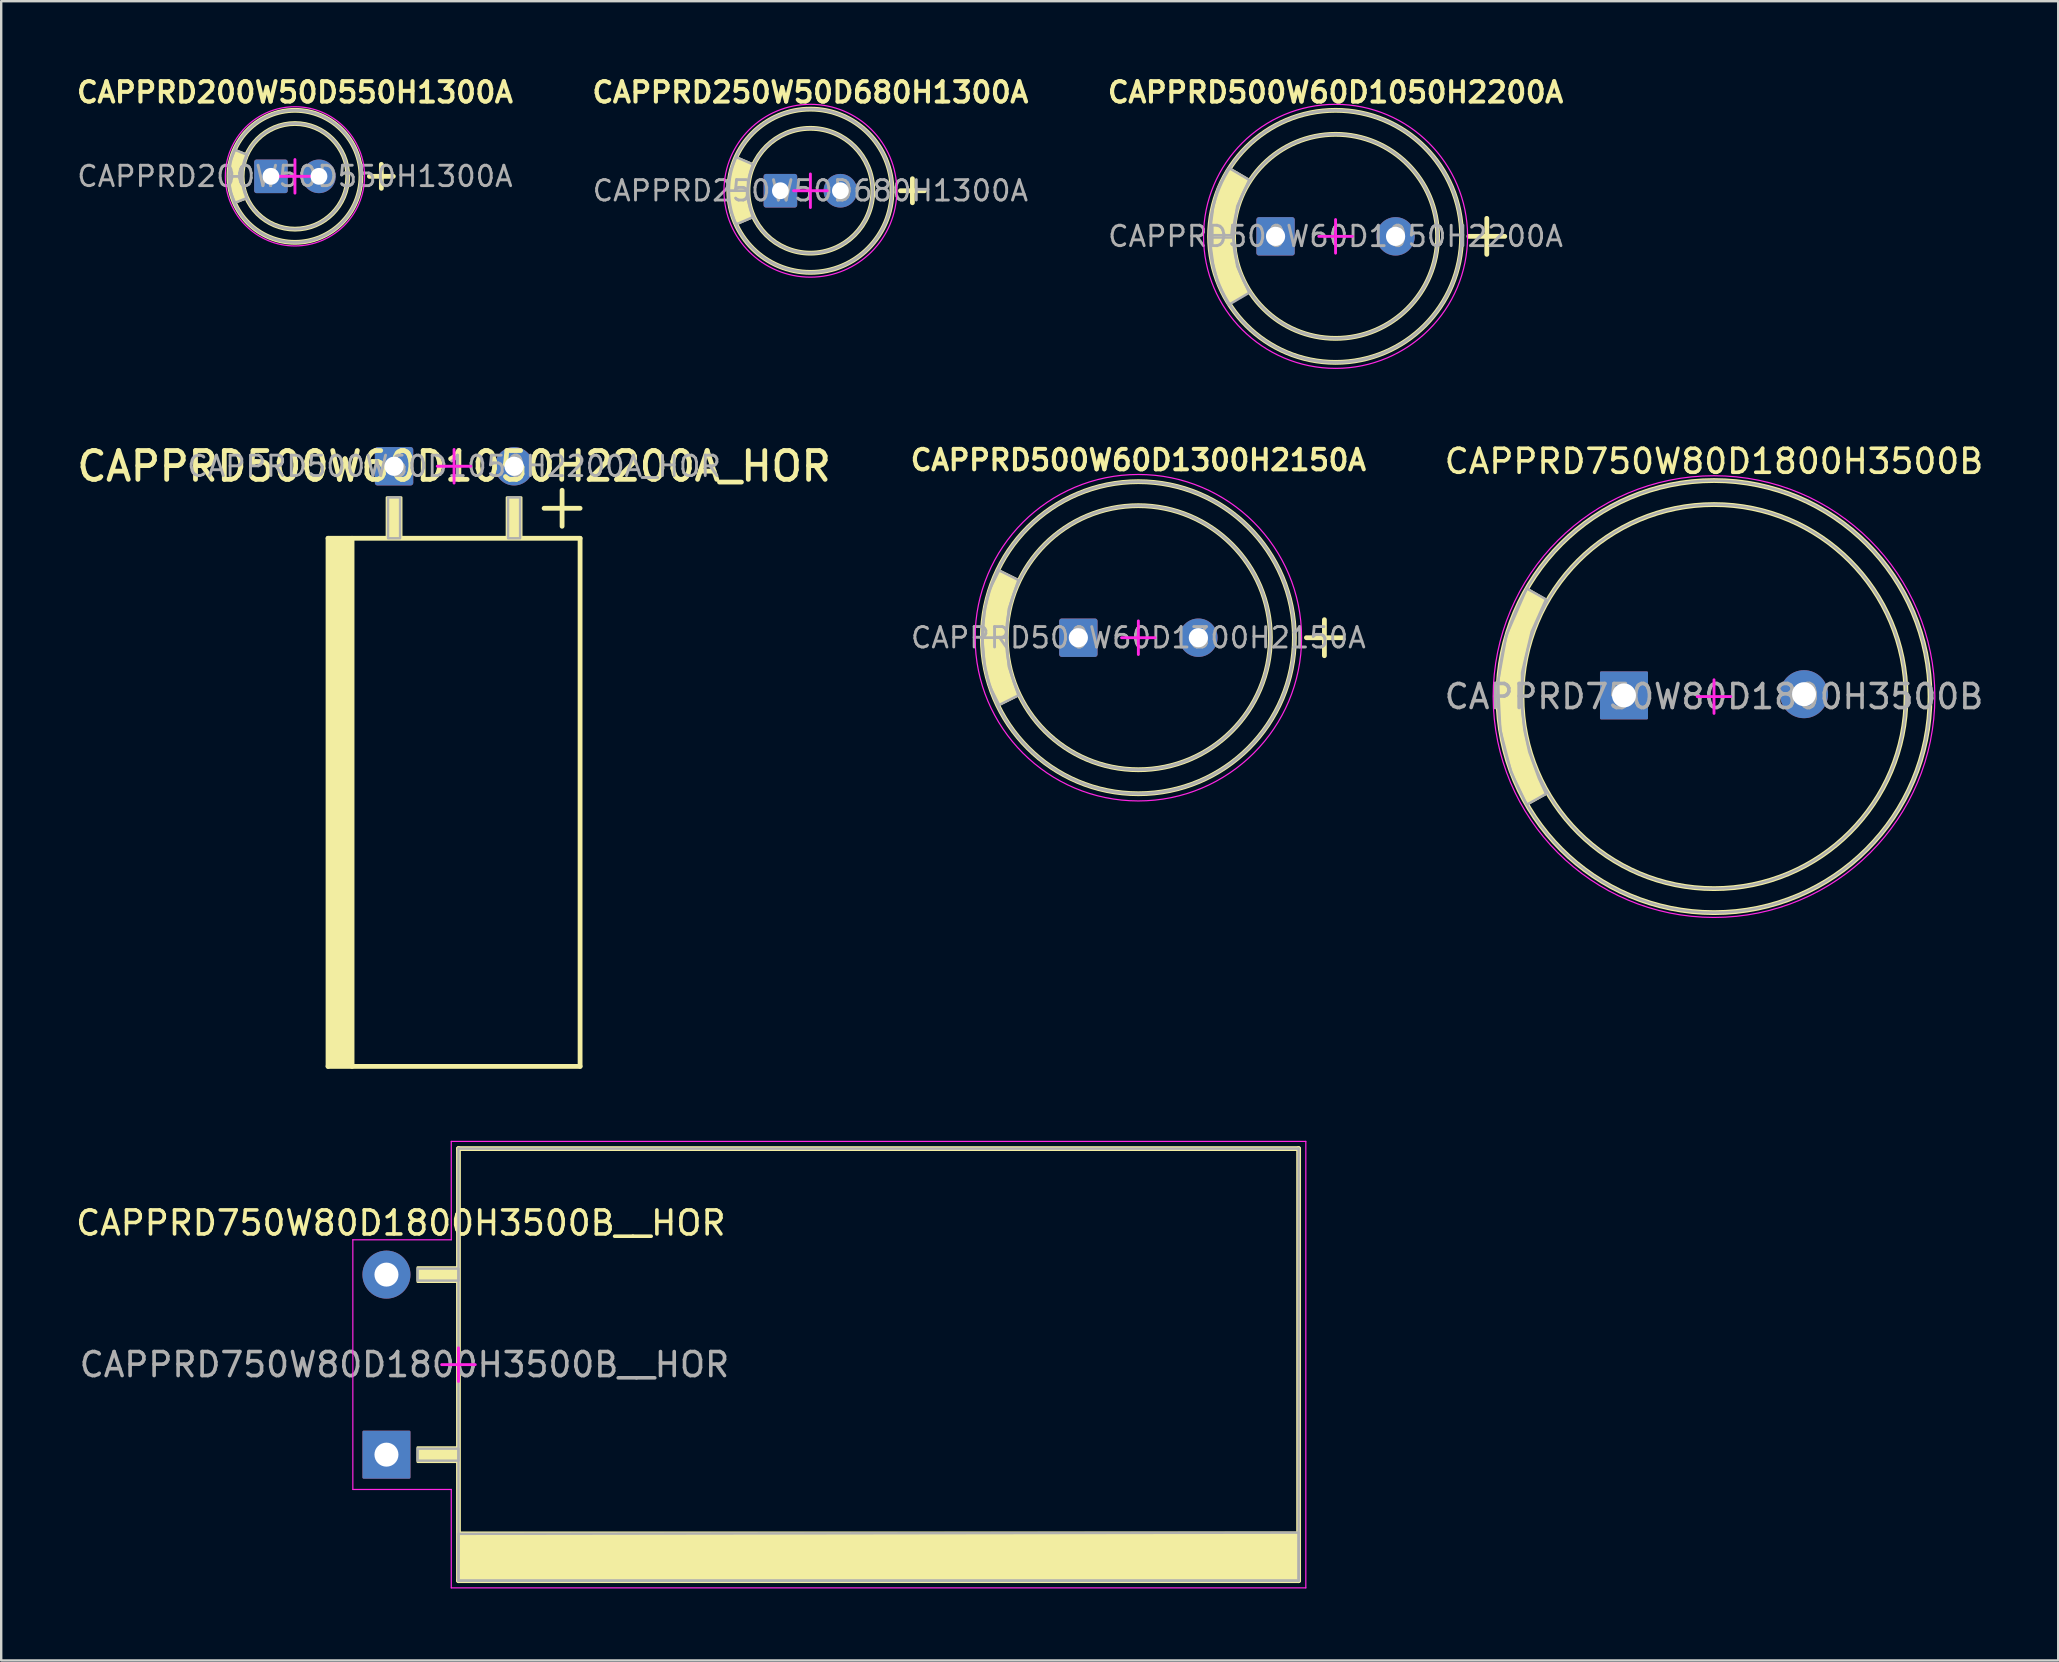
<source format=kicad_pcb>
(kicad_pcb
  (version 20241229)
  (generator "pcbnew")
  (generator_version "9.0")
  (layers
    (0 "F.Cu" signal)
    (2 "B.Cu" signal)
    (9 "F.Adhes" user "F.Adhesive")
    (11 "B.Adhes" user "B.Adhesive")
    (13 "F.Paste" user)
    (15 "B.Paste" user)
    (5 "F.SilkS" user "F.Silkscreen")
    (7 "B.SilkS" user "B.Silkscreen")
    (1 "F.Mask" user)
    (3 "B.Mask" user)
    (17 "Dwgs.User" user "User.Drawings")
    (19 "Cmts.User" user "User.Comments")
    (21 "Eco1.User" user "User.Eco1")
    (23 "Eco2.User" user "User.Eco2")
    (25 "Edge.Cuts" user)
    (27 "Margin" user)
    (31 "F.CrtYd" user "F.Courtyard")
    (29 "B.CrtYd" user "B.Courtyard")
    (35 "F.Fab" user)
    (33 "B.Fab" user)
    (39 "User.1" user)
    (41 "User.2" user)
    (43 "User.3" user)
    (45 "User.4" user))
  (footprint "CAPPRD200W50D550H1300A"
    (layer "F.Cu")
    (at 9.237 4.296)
    (property "Reference" "CAPPRD200W50D550H1300A" (at 0 -3.5 0) (layer "F.SilkS") (effects (font (size 0.85 0.85) (thickness 0.17))))
    (attr through_hole)
    (fp_line (start 3.1 0) (end 4.1 0) (stroke (width 0.2) (type solid)) (layer "F.SilkS"))
    (fp_line (start 3.6 -0.5) (end 3.6 0.5) (stroke (width 0.2) (type solid)) (layer "F.SilkS"))
    (fp_circle (center 0 0) (end 2.2 0) (stroke (width 0.2) (type solid)) (fill no) (layer "F.SilkS"))
    (fp_circle (center 0 0) (end 2.75 0) (stroke (width 0.2) (type solid)) (fill no) (layer "F.SilkS"))
    (fp_poly (pts (xy -2 -0.9) (xy -2.2 -0.3) (xy -2.2 0) (xy -2.75 0) (xy -2.7 -0.6) (xy -2.5 -1.1)) (stroke (width 0.1) (type solid)) (fill yes) (layer "F.SilkS"))
    (fp_poly (pts (xy -2 0.9) (xy -2.2 0.3) (xy -2.2 0) (xy -2.75 0) (xy -2.7 0.6) (xy -2.5 1.1)) (stroke (width 0.1) (type solid)) (fill yes) (layer "F.SilkS"))
    (fp_line (start 0 0.7) (end 0 -0.7) (stroke (width 0.12) (type solid)) (layer "F.CrtYd"))
    (fp_line (start 0.7 0) (end -0.7 0) (stroke (width 0.12) (type solid)) (layer "F.CrtYd"))
    (fp_circle (center 0 0) (end 2.9 0) (stroke (width 0.05) (type solid)) (fill no) (layer "F.CrtYd"))
    (fp_circle (center 0 0) (end 2.2 0) (stroke (width 0.12) (type solid)) (fill no) (layer "F.Fab"))
    (fp_circle (center 0 0) (end 2.75 0) (stroke (width 0.12) (type solid)) (fill no) (layer "F.Fab"))
    (fp_poly (pts (xy -2 -0.9) (xy -2.2 -0.3) (xy -2.2 0) (xy -2.75 0) (xy -2.7 -0.6) (xy -2.5 -1.1)) (stroke (width 0.1) (type solid)) (fill no) (layer "F.Fab"))
    (fp_poly (pts (xy -2 0.9) (xy -2.2 0.3) (xy -2.2 0) (xy -2.75 0) (xy -2.7 0.6) (xy -2.5 1.1)) (stroke (width 0.1) (type solid)) (fill no) (layer "F.Fab"))
    (fp_text user "${REFERENCE}" (at 0 0 0) (layer "F.Fab") (effects (font (size 0.85 0.85) (thickness 0.12))))
    (pad "1" thru_hole circle (at 1 0 180) (size 1.4 1.4) (drill 0.7) (layers "*.Cu" "*.Mask"))
    (pad "2" thru_hole roundrect (at -1 0 180) (size 1.4 1.4) (drill 0.7) (layers "*.Cu" "*.Mask") (roundrect_rratio 0.072)))
  (footprint "CAPPRD250W50D680H1300A"
    (layer "F.Cu")
    (at 30.71 4.896)
    (property "Reference" "CAPPRD250W50D680H1300A" (at 0 -4.1 0) (layer "F.SilkS") (effects (font (size 0.85 0.85) (thickness 0.17))))
    (attr through_hole)
    (fp_line (start 3.75 0) (end 4.75 0) (stroke (width 0.2) (type solid)) (layer "F.SilkS"))
    (fp_line (start 4.25 -0.5) (end 4.25 0.5) (stroke (width 0.2) (type solid)) (layer "F.SilkS"))
    (fp_circle (center 0 0) (end 2.6 0) (stroke (width 0.2) (type solid)) (fill no) (layer "F.SilkS"))
    (fp_circle (center 0 0) (end 3.4 0) (stroke (width 0.2) (type solid)) (fill no) (layer "F.SilkS"))
    (fp_poly (pts (xy -2.4 -1.1) (xy -2.5 -0.8) (xy -2.6 -0.4) (xy -2.6 0) (xy -3.4 0) (xy -3.4 -0.4) (xy -3.3 -0.9) (xy -3.1 -1.4)) (stroke (width 0.1) (type solid)) (fill yes) (layer "F.SilkS"))
    (fp_poly (pts (xy -2.4 1.1) (xy -2.5 0.8) (xy -2.6 0.4) (xy -2.6 0) (xy -3.4 0) (xy -3.4 0.4) (xy -3.3 0.9) (xy -3.1 1.4)) (stroke (width 0.1) (type solid)) (fill yes) (layer "F.SilkS"))
    (fp_line (start 0 0.7) (end 0 -0.7) (stroke (width 0.12) (type solid)) (layer "F.CrtYd"))
    (fp_line (start 0.7 0) (end -0.7 0) (stroke (width 0.12) (type solid)) (layer "F.CrtYd"))
    (fp_circle (center 0 0) (end 3.6 0) (stroke (width 0.05) (type solid)) (fill no) (layer "F.CrtYd"))
    (fp_circle (center 0 0) (end 2.6 0) (stroke (width 0.12) (type solid)) (fill no) (layer "F.Fab"))
    (fp_circle (center 0 0) (end 3.4 0) (stroke (width 0.12) (type solid)) (fill no) (layer "F.Fab"))
    (fp_poly (pts (xy -2.4 -1.1) (xy -2.5 -0.8) (xy -2.6 -0.4) (xy -2.6 0) (xy -3.4 0) (xy -3.4 -0.4) (xy -3.3 -0.9) (xy -3.1 -1.4)) (stroke (width 0.1) (type solid)) (fill no) (layer "F.Fab"))
    (fp_poly (pts (xy -2.4 1.1) (xy -2.5 0.8) (xy -2.6 0.4) (xy -2.6 0) (xy -3.4 0) (xy -3.4 0.4) (xy -3.3 0.9) (xy -3.1 1.4)) (stroke (width 0.1) (type solid)) (fill no) (layer "F.Fab"))
    (fp_text user "${REFERENCE}" (at 0 0 0) (layer "F.Fab") (effects (font (size 0.85 0.85) (thickness 0.12))))
    (pad "1" thru_hole circle (at 1.25 0 180) (size 1.4 1.4) (drill 0.7) (layers "*.Cu" "*.Mask"))
    (pad "2" thru_hole roundrect (at -1.25 0 180) (size 1.4 1.4) (drill 0.7) (layers "*.Cu" "*.Mask") (roundrect_rratio 0.072)))
  (footprint "CAPPRD500W60D1300H2150A"
    (layer "F.Cu")
    (at 44.373 23.516)
    (property "Reference" "CAPPRD500W60D1300H2150A" (at 0 -7.4 0) (layer "F.SilkS") (effects (font (size 0.85 0.85) (thickness 0.17))))
    (attr through_hole)
    (fp_line (start 7 0) (end 8.5 0) (stroke (width 0.2) (type solid)) (layer "F.SilkS"))
    (fp_line (start 7.75 -0.75) (end 7.75 0.75) (stroke (width 0.2) (type solid)) (layer "F.SilkS"))
    (fp_circle (center 0 0) (end 5.5 0) (stroke (width 0.2) (type solid)) (fill no) (layer "F.SilkS"))
    (fp_circle (center 0 0) (end 6.5 0) (stroke (width 0.2) (type solid)) (fill no) (layer "F.SilkS"))
    (fp_poly (pts (xy -5 -2.4) (xy -5.4 -1.2) (xy -5.5 0) (xy -6.5 0) (xy -6.4 -1.2) (xy -6.2 -2) (xy -5.8 -2.8)) (stroke (width 0.1) (type solid)) (fill yes) (layer "F.SilkS"))
    (fp_poly (pts (xy -5 2.4) (xy -5.4 1.2) (xy -5.5 0) (xy -6.5 0) (xy -6.4 1.2) (xy -6.2 2) (xy -5.8 2.8)) (stroke (width 0.1) (type solid)) (fill yes) (layer "F.SilkS"))
    (fp_line (start 0 0.7) (end 0 -0.7) (stroke (width 0.12) (type solid)) (layer "F.CrtYd"))
    (fp_line (start 0.7 0) (end -0.7 0) (stroke (width 0.12) (type solid)) (layer "F.CrtYd"))
    (fp_circle (center 0 0) (end 6.8 0) (stroke (width 0.05) (type solid)) (fill no) (layer "F.CrtYd"))
    (fp_circle (center 0 0) (end 5.5 0) (stroke (width 0.12) (type solid)) (fill no) (layer "F.Fab"))
    (fp_circle (center 0 0) (end 6.5 0) (stroke (width 0.12) (type solid)) (fill no) (layer "F.Fab"))
    (fp_poly (pts (xy -5 -2.4) (xy -5.4 -1.2) (xy -5.5 0) (xy -6.5 0) (xy -6.4 -1.2) (xy -6.2 -2) (xy -5.8 -2.8)) (stroke (width 0.1) (type solid)) (fill no) (layer "F.Fab"))
    (fp_poly (pts (xy -5 2.4) (xy -5.4 1.2) (xy -5.5 0) (xy -6.5 0) (xy -6.4 1.2) (xy -6.2 2) (xy -5.8 2.8)) (stroke (width 0.1) (type solid)) (fill no) (layer "F.Fab"))
    (fp_text user "${REFERENCE}" (at 0 0 0) (layer "F.Fab") (effects (font (size 0.85 0.85) (thickness 0.12))))
    (pad "1" thru_hole circle (at 2.5 0 180) (size 1.6 1.6) (drill 0.8) (layers "*.Cu" "*.Mask"))
    (pad "2" thru_hole roundrect (at -2.5 0 180) (size 1.6 1.6) (drill 0.8) (layers "*.Cu" "*.Mask") (roundrect_rratio 0.067)))
  (footprint "CAPPRD500W60D1050H2200A"
    (layer "F.Cu")
    (at 52.588 6.796)
    (property "Reference" "CAPPRD500W60D1050H2200A" (at 0 -6 0) (layer "F.SilkS") (effects (font (size 0.85 0.85) (thickness 0.17))))
    (attr through_hole)
    (fp_line (start 5.55 0) (end 7.05 0) (stroke (width 0.2) (type solid)) (layer "F.SilkS"))
    (fp_line (start 6.3 -0.75) (end 6.3 0.75) (stroke (width 0.2) (type solid)) (layer "F.SilkS"))
    (fp_circle (center 0 0) (end 4.25 0) (stroke (width 0.2) (type solid)) (fill no) (layer "F.SilkS"))
    (fp_circle (center 0 0) (end 5.25 0) (stroke (width 0.2) (type solid)) (fill no) (layer "F.SilkS"))
    (fp_poly (pts (xy -3.6 -2.35) (xy -4.1 -1.25) (xy -4.25 -0.05) (xy -5.25 -0.05) (xy -5.1 -1.15) (xy -4.9 -1.95) (xy -4.45 -2.85)) (stroke (width 0.1) (type solid)) (fill yes) (layer "F.SilkS"))
    (fp_poly (pts (xy -3.6 2.3) (xy -4.1 1.2) (xy -4.25 0) (xy -5.25 0) (xy -5.1 1.1) (xy -4.9 1.9) (xy -4.45 2.8)) (stroke (width 0.1) (type solid)) (fill yes) (layer "F.SilkS"))
    (fp_line (start 0 0.7) (end 0 -0.7) (stroke (width 0.12) (type solid)) (layer "F.CrtYd"))
    (fp_line (start 0.7 0) (end -0.7 0) (stroke (width 0.12) (type solid)) (layer "F.CrtYd"))
    (fp_circle (center 0 0) (end 5.5 0) (stroke (width 0.05) (type solid)) (fill no) (layer "F.CrtYd"))
    (fp_circle (center 0 0) (end 4.25 0) (stroke (width 0.12) (type solid)) (fill no) (layer "F.Fab"))
    (fp_circle (center 0 0) (end 5.25 0) (stroke (width 0.12) (type solid)) (fill no) (layer "F.Fab"))
    (fp_poly (pts (xy -3.6 -2.35) (xy -4.1 -1.25) (xy -4.25 -0.05) (xy -5.25 -0.05) (xy -5.1 -1.2) (xy -4.9 -2) (xy -4.45 -2.85)) (stroke (width 0.1) (type solid)) (fill no) (layer "F.Fab"))
    (fp_poly (pts (xy -3.6 2.35) (xy -4.1 1.25) (xy -4.25 0.05) (xy -5.25 0.05) (xy -5.1 1.15) (xy -4.9 1.95) (xy -4.45 2.85)) (stroke (width 0.1) (type solid)) (fill no) (layer "F.Fab"))
    (fp_text user "${REFERENCE}" (at 0 0 0) (layer "F.Fab") (effects (font (size 0.85 0.85) (thickness 0.12))))
    (pad "1" thru_hole circle (at 2.5 0 180) (size 1.6 1.6) (drill 0.8) (layers "*.Cu" "*.Mask"))
    (pad "2" thru_hole roundrect (at -2.5 0 180) (size 1.6 1.6) (drill 0.8) (layers "*.Cu" "*.Mask") (roundrect_rratio 0.067)))
  (footprint "CAPPRD750W80D1800H3500B__HOR"
    (layer "F.Cu")
    (at 16.049 53.799)
    (property "Reference" "CAPPRD750W80D1800H3500B__HOR" (at -2.4 -5.9 0) (layer "F.SilkS") (effects (font (size 1 1) (thickness 0.15))))
    (attr through_hole)
    (fp_line (start 0 -9) (end 0 9) (stroke (width 0.2) (type solid)) (layer "F.SilkS"))
    (fp_line (start 0 -9) (end 35 -9) (stroke (width 0.2) (type solid)) (layer "F.SilkS"))
    (fp_line (start 0 9) (end 35 9) (stroke (width 0.2) (type solid)) (layer "F.SilkS"))
    (fp_line (start 35 -9) (end 35 9) (stroke (width 0.2) (type solid)) (layer "F.SilkS"))
    (fp_poly (pts (xy 0 -3.45) (xy 0 -4.05) (xy -1.7 -4.05) (xy -1.7 -3.45)) (stroke (width 0.1) (type solid)) (fill yes) (layer "F.SilkS"))
    (fp_poly (pts (xy 0 4.05) (xy 0 3.45) (xy -1.7 3.45) (xy -1.7 4.05)) (stroke (width 0.1) (type solid)) (fill yes) (layer "F.SilkS"))
    (fp_poly (pts (xy 0 9) (xy 0 7) (xy 35 7) (xy 35 9)) (stroke (width 0.1) (type solid)) (fill yes) (layer "F.SilkS"))
    (fp_line (start -4.4 -5.2) (end -0.3 -5.2) (stroke (width 0.05) (type solid)) (layer "F.CrtYd"))
    (fp_line (start -4.4 5.2) (end -4.4 -5.2) (stroke (width 0.05) (type solid)) (layer "F.CrtYd"))
    (fp_line (start -0.3 -9.3) (end 35.3 -9.3) (stroke (width 0.05) (type solid)) (layer "F.CrtYd"))
    (fp_line (start -0.3 -5.2) (end -0.3 -9.3) (stroke (width 0.05) (type solid)) (layer "F.CrtYd"))
    (fp_line (start -0.3 5.2) (end -4.4 5.2) (stroke (width 0.05) (type solid)) (layer "F.CrtYd"))
    (fp_line (start -0.3 9.3) (end -0.3 5.2) (stroke (width 0.05) (type solid)) (layer "F.CrtYd"))
    (fp_line (start 0 0.7) (end 0 -0.7) (stroke (width 0.12) (type solid)) (layer "F.CrtYd"))
    (fp_line (start 0.7 0) (end -0.7 0) (stroke (width 0.12) (type solid)) (layer "F.CrtYd"))
    (fp_line (start 35.3 -9.3) (end 35.3 9.3) (stroke (width 0.05) (type solid)) (layer "F.CrtYd"))
    (fp_line (start 35.3 9.3) (end -0.3 9.3) (stroke (width 0.05) (type solid)) (layer "F.CrtYd"))
    (fp_line (start 0 -9) (end 35 -9) (stroke (width 0.1) (type solid)) (layer "F.Fab"))
    (fp_line (start 0 9) (end 0 -9) (stroke (width 0.1) (type solid)) (layer "F.Fab"))
    (fp_line (start 35 -9) (end 35 9) (stroke (width 0.1) (type solid)) (layer "F.Fab"))
    (fp_line (start 35 9) (end 0 9) (stroke (width 0.1) (type solid)) (layer "F.Fab"))
    (fp_poly (pts (xy -1.7 -4) (xy -1.7 -3.5) (xy 0 -3.5) (xy 0 -4)) (stroke (width 0.1) (type solid)) (fill no) (layer "F.Fab"))
    (fp_poly (pts (xy -1.7 3.5) (xy 0 3.5) (xy 0 4) (xy -1.7 4)) (stroke (width 0.1) (type solid)) (fill no) (layer "F.Fab"))
    (fp_poly (pts (xy 0 7.05) (xy 35 7) (xy 35 9) (xy 0 9)) (stroke (width 0.1) (type solid)) (fill no) (layer "F.Fab"))
    (fp_text user "${REFERENCE}" (at -2.25 0 0) (layer "F.Fab") (effects (font (size 1 1) (thickness 0.15))))
    (pad "1" thru_hole circle (at -3 -3.75 270) (size 2 2) (drill 1) (layers "*.Cu" "*.Mask"))
    (pad "2" thru_hole roundrect (at -3 3.75 270) (size 2 2) (drill 1) (layers "*.Cu" "*.Mask") (roundrect_rratio 0.025)))
  (footprint "CAPPRD500W60D1050H2200A_HOR"
    (layer "F.Cu")
    (at 15.866 16.374)
    (property "Reference" "CAPPRD500W60D1050H2200A_HOR" (at 0 0 0) (layer "F.SilkS") (effects (font (size 1.2 1.2) (thickness 0.2))))
    (attr through_hole)
    (fp_line (start -5.25 3) (end -5.25 25) (stroke (width 0.2) (type solid)) (layer "F.SilkS"))
    (fp_line (start -4.25 3) (end -4.25 25) (stroke (width 0.2) (type solid)) (layer "F.SilkS"))
    (fp_line (start 3.75 1.75) (end 5.25 1.75) (stroke (width 0.2) (type solid)) (layer "F.SilkS"))
    (fp_line (start 4.5 1) (end 4.5 2.5) (stroke (width 0.2) (type solid)) (layer "F.SilkS"))
    (fp_line (start 5.25 3) (end -5.25 3) (stroke (width 0.2) (type solid)) (layer "F.SilkS"))
    (fp_line (start 5.25 3) (end 5.25 25) (stroke (width 0.2) (type solid)) (layer "F.SilkS"))
    (fp_line (start 5.25 25) (end -5.25 25) (stroke (width 0.2) (type solid)) (layer "F.SilkS"))
    (fp_poly (pts (xy -4.25 25) (xy -5.25 25) (xy -5.25 3) (xy -4.25 3)) (stroke (width 0.1) (type solid)) (fill yes) (layer "F.SilkS"))
    (fp_poly (pts (xy -2.8 3) (xy -2.2 3) (xy -2.2 1.3) (xy -2.8 1.3)) (stroke (width 0.1) (type solid)) (fill yes) (layer "F.SilkS"))
    (fp_poly (pts (xy 2.2 3) (xy 2.8 3) (xy 2.8 1.3) (xy 2.2 1.3)) (stroke (width 0.1) (type solid)) (fill yes) (layer "F.SilkS"))
    (fp_line (start 0 0.7) (end 0 -0.7) (stroke (width 0.12) (type solid)) (layer "F.CrtYd"))
    (fp_line (start 0.7 0) (end -0.7 0) (stroke (width 0.12) (type solid)) (layer "F.CrtYd"))
    (fp_poly (pts (xy -2.25 1.3) (xy -2.25 3) (xy -2.75 3) (xy -2.75 1.3)) (stroke (width 0.1) (type solid)) (fill no) (layer "F.Fab"))
    (fp_poly (pts (xy 2.75 1.3) (xy 2.25 1.3) (xy 2.25 3) (xy 2.75 3)) (stroke (width 0.1) (type solid)) (fill no) (layer "F.Fab"))
    (fp_text user "${REFERENCE}" (at 0 0 0) (layer "F.Fab") (effects (font (size 0.85 0.85) (thickness 0.12))))
    (pad "1" thru_hole circle (at 2.5 0 180) (size 1.6 1.6) (drill 0.8) (layers "*.Cu" "*.Mask"))
    (pad "2" thru_hole roundrect (at -2.5 0 180) (size 1.6 1.6) (drill 0.8) (layers "*.Cu" "*.Mask") (roundrect_rratio 0.067)))
  (footprint "CAPPRD750W80D1800H3500B"
    (layer "F.Cu")
    (at 68.354 25.969)
    (property "Reference" "CAPPRD750W80D1800H3500B" (at 0 -9.8 0) (layer "F.SilkS") (effects (font (size 1 1) (thickness 0.15))))
    (attr through_hole)
    (fp_circle (center 0 0) (end -9 0) (stroke (width 0.2) (type solid)) (fill no) (layer "F.SilkS"))
    (fp_circle (center 0 0) (end -8 0) (stroke (width 0.2) (type solid)) (fill no) (layer "F.SilkS"))
    (fp_poly (pts (xy -7.8 4.5) (xy -6.9 4) (xy -7.3 3.4) (xy -7.8 2.15) (xy -8 1.35) (xy -8.05 0.45) (xy -8 -0.5) (xy -7.8 -2.1) (xy -6.95 -4) (xy -7.8 -4.5) (xy -8.65 -2.55) (xy -9 -0.6) (xy -8.9 1.4) (xy -8.45 3.15)) (stroke (width 0.1) (type solid)) (fill yes) (layer "F.SilkS"))
    (fp_line (start 0 0.7) (end 0 -0.7) (stroke (width 0.12) (type solid)) (layer "F.CrtYd"))
    (fp_line (start 0.7 0) (end -0.7 0) (stroke (width 0.12) (type solid)) (layer "F.CrtYd"))
    (fp_circle (center 0 0) (end 9.2 0) (stroke (width 0.05) (type solid)) (fill no) (layer "F.CrtYd"))
    (fp_circle (center 0 0) (end 8 0) (stroke (width 0.1) (type solid)) (fill no) (layer "F.Fab"))
    (fp_circle (center 0 0) (end 9 0) (stroke (width 0.1) (type solid)) (fill no) (layer "F.Fab"))
    (fp_poly (pts (xy -7.8 4.5) (xy -7 4.05) (xy -7.3 3.4) (xy -7.7 2.3) (xy -7.9 1.4) (xy -8 0.5) (xy -8 -1) (xy -7.6 -2.7) (xy -7 -4.05) (xy -7.8 -4.5) (xy -8.65 -2.55) (xy -9 -0.6) (xy -8.9 1.4) (xy -8.45 3.15)) (stroke (width 0.1) (type solid)) (fill no) (layer "F.Fab"))
    (fp_text user "${REFERENCE}" (at 0 0 0) (layer "F.Fab") (effects (font (size 1 1) (thickness 0.15))))
    (pad "1" thru_hole roundrect (at -3.75 -0.05 180) (size 2 2) (drill 1) (layers "*.Cu" "*.Mask") (roundrect_rratio 0.025))
    (pad "2" thru_hole circle (at 3.75 -0.1 180) (size 2 2) (drill 1) (layers "*.Cu" "*.Mask")))
  (gr_rect
    (start -3 -3)
    (end 82.693 66.124)
    (stroke (width 0.1) (type default))
    (fill no)
    (layer "Edge.Cuts")))
</source>
